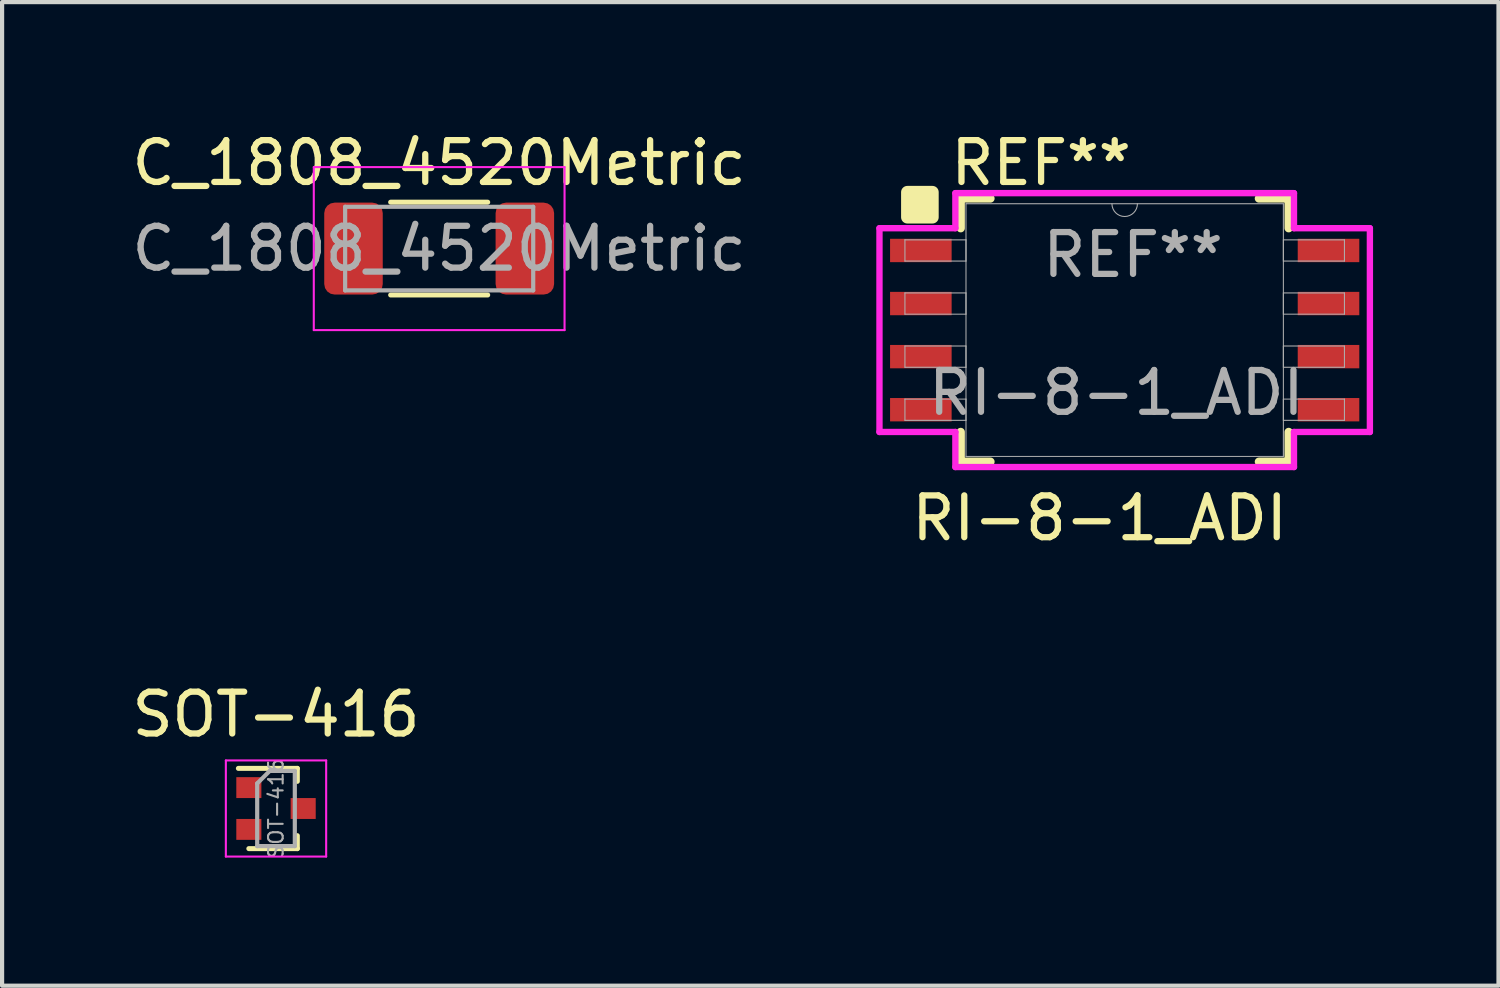
<source format=kicad_pcb>
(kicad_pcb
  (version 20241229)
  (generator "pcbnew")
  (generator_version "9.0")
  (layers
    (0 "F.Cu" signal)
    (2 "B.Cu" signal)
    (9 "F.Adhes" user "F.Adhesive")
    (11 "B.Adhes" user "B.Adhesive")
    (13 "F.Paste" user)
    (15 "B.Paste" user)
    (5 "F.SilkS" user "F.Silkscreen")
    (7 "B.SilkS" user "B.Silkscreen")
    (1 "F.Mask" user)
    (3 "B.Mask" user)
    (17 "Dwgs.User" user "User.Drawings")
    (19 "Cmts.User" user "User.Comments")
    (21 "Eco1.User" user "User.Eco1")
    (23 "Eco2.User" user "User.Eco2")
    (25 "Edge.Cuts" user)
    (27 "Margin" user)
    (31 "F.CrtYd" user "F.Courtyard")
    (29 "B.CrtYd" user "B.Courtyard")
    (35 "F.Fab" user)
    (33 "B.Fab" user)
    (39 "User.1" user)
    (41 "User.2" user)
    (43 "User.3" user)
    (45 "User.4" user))
  (footprint "RI-8-1_ADI"
    (layer "F.Cu")
    (at 23.86 4.848)
    (property "Reference" "RI-8-1_ADI" (at -0.6 4.5 0) (unlocked yes) (layer "F.SilkS") (effects (font (size 1 1) (thickness 0.15))))
    (attr smd)
    (fp_line (start -3.924 -3.15) (end -3.924 -2.438) (stroke (width 0.2) (type solid)) (layer "F.SilkS"))
    (fp_line (start -3.924 -3.15) (end -3.212 -3.15) (stroke (width 0.2) (type solid)) (layer "F.SilkS"))
    (fp_line (start -3.924 3.15) (end -3.924 2.438) (stroke (width 0.2) (type solid)) (layer "F.SilkS"))
    (fp_line (start -3.924 3.15) (end -3.212 3.15) (stroke (width 0.2) (type solid)) (layer "F.SilkS"))
    (fp_line (start 3.924 -3.15) (end 3.212 -3.15) (stroke (width 0.2) (type solid)) (layer "F.SilkS"))
    (fp_line (start 3.924 -3.15) (end 3.924 -2.438) (stroke (width 0.2) (type solid)) (layer "F.SilkS"))
    (fp_line (start 3.924 3.15) (end 3.212 3.15) (stroke (width 0.2) (type solid)) (layer "F.SilkS"))
    (fp_line (start 3.924 3.15) (end 3.924 2.438) (stroke (width 0.2) (type solid)) (layer "F.SilkS"))
    (fp_rect (start -5.2 -3.3) (end -4.6 -2.7) (stroke (width 0.3) (type solid)) (fill yes) (layer "F.SilkS"))
    (fp_line (start -5.867 -2.438) (end -4.051 -2.438) (stroke (width 0.152) (type solid)) (layer "F.CrtYd"))
    (fp_line (start -5.867 2.438) (end -5.867 -2.438) (stroke (width 0.152) (type solid)) (layer "F.CrtYd"))
    (fp_line (start -5.867 2.438) (end -4.051 2.438) (stroke (width 0.152) (type solid)) (layer "F.CrtYd"))
    (fp_line (start -4.051 -3.277) (end 4.051 -3.277) (stroke (width 0.152) (type solid)) (layer "F.CrtYd"))
    (fp_line (start -4.051 -2.438) (end -4.051 -3.277) (stroke (width 0.152) (type solid)) (layer "F.CrtYd"))
    (fp_line (start -4.051 3.277) (end -4.051 2.438) (stroke (width 0.152) (type solid)) (layer "F.CrtYd"))
    (fp_line (start 4.051 -3.277) (end 4.051 -2.438) (stroke (width 0.152) (type solid)) (layer "F.CrtYd"))
    (fp_line (start 4.051 2.438) (end 4.051 3.277) (stroke (width 0.152) (type solid)) (layer "F.CrtYd"))
    (fp_line (start 4.051 3.277) (end -4.051 3.277) (stroke (width 0.152) (type solid)) (layer "F.CrtYd"))
    (fp_line (start 5.867 -2.438) (end 4.051 -2.438) (stroke (width 0.152) (type solid)) (layer "F.CrtYd"))
    (fp_line (start 5.867 -2.438) (end 5.867 2.438) (stroke (width 0.152) (type solid)) (layer "F.CrtYd"))
    (fp_line (start 5.867 2.438) (end 4.051 2.438) (stroke (width 0.152) (type solid)) (layer "F.CrtYd"))
    (fp_line (start -5.258 -2.159) (end -5.258 -1.651) (stroke (width 0.025) (type solid)) (layer "F.Fab"))
    (fp_line (start -5.258 -1.651) (end -3.797 -1.651) (stroke (width 0.025) (type solid)) (layer "F.Fab"))
    (fp_line (start -5.258 -0.889) (end -5.258 -0.381) (stroke (width 0.025) (type solid)) (layer "F.Fab"))
    (fp_line (start -5.258 -0.381) (end -3.797 -0.381) (stroke (width 0.025) (type solid)) (layer "F.Fab"))
    (fp_line (start -5.258 0.381) (end -5.258 0.889) (stroke (width 0.025) (type solid)) (layer "F.Fab"))
    (fp_line (start -5.258 0.889) (end -3.797 0.889) (stroke (width 0.025) (type solid)) (layer "F.Fab"))
    (fp_line (start -5.258 1.651) (end -5.258 2.159) (stroke (width 0.025) (type solid)) (layer "F.Fab"))
    (fp_line (start -5.258 2.159) (end -3.797 2.159) (stroke (width 0.025) (type solid)) (layer "F.Fab"))
    (fp_line (start -3.797 -3.023) (end -3.797 3.023) (stroke (width 0.025) (type solid)) (layer "F.Fab"))
    (fp_line (start -3.797 -2.159) (end -5.258 -2.159) (stroke (width 0.025) (type solid)) (layer "F.Fab"))
    (fp_line (start -3.797 -1.651) (end -3.797 -2.159) (stroke (width 0.025) (type solid)) (layer "F.Fab"))
    (fp_line (start -3.797 -0.889) (end -5.258 -0.889) (stroke (width 0.025) (type solid)) (layer "F.Fab"))
    (fp_line (start -3.797 -0.381) (end -3.797 -0.889) (stroke (width 0.025) (type solid)) (layer "F.Fab"))
    (fp_line (start -3.797 0.381) (end -5.258 0.381) (stroke (width 0.025) (type solid)) (layer "F.Fab"))
    (fp_line (start -3.797 0.889) (end -3.797 0.381) (stroke (width 0.025) (type solid)) (layer "F.Fab"))
    (fp_line (start -3.797 1.651) (end -5.258 1.651) (stroke (width 0.025) (type solid)) (layer "F.Fab"))
    (fp_line (start -3.797 2.159) (end -3.797 1.651) (stroke (width 0.025) (type solid)) (layer "F.Fab"))
    (fp_line (start -3.797 3.023) (end 3.797 3.023) (stroke (width 0.025) (type solid)) (layer "F.Fab"))
    (fp_line (start 3.797 -3.023) (end -3.797 -3.023) (stroke (width 0.025) (type solid)) (layer "F.Fab"))
    (fp_line (start 3.797 -2.159) (end 3.797 -1.651) (stroke (width 0.025) (type solid)) (layer "F.Fab"))
    (fp_line (start 3.797 -1.651) (end 5.258 -1.651) (stroke (width 0.025) (type solid)) (layer "F.Fab"))
    (fp_line (start 3.797 -0.889) (end 3.797 -0.381) (stroke (width 0.025) (type solid)) (layer "F.Fab"))
    (fp_line (start 3.797 -0.381) (end 5.258 -0.381) (stroke (width 0.025) (type solid)) (layer "F.Fab"))
    (fp_line (start 3.797 0.381) (end 3.797 0.889) (stroke (width 0.025) (type solid)) (layer "F.Fab"))
    (fp_line (start 3.797 0.889) (end 5.258 0.889) (stroke (width 0.025) (type solid)) (layer "F.Fab"))
    (fp_line (start 3.797 1.651) (end 3.797 2.159) (stroke (width 0.025) (type solid)) (layer "F.Fab"))
    (fp_line (start 3.797 2.159) (end 5.258 2.159) (stroke (width 0.025) (type solid)) (layer "F.Fab"))
    (fp_line (start 3.797 3.023) (end 3.797 -3.023) (stroke (width 0.025) (type solid)) (layer "F.Fab"))
    (fp_line (start 5.258 -2.159) (end 3.797 -2.159) (stroke (width 0.025) (type solid)) (layer "F.Fab"))
    (fp_line (start 5.258 -1.651) (end 5.258 -2.159) (stroke (width 0.025) (type solid)) (layer "F.Fab"))
    (fp_line (start 5.258 -0.889) (end 3.797 -0.889) (stroke (width 0.025) (type solid)) (layer "F.Fab"))
    (fp_line (start 5.258 -0.381) (end 5.258 -0.889) (stroke (width 0.025) (type solid)) (layer "F.Fab"))
    (fp_line (start 5.258 0.381) (end 3.797 0.381) (stroke (width 0.025) (type solid)) (layer "F.Fab"))
    (fp_line (start 5.258 0.889) (end 5.258 0.381) (stroke (width 0.025) (type solid)) (layer "F.Fab"))
    (fp_line (start 5.258 1.651) (end 3.797 1.651) (stroke (width 0.025) (type solid)) (layer "F.Fab"))
    (fp_line (start 5.258 2.159) (end 5.258 1.651) (stroke (width 0.025) (type solid)) (layer "F.Fab"))
    (fp_arc (start 0.3048 -3.0226) (mid 0 -2.7178) (end -0.3048 -3.0226) (stroke (width 0.0254) (type solid)) (layer "F.Fab"))
    (fp_text user "REF**" (at -2 -4 0) (layer "F.SilkS") (effects (font (size 1 1) (thickness 0.15))))
    (fp_text user "${REFERENCE}" (at -0.2 1.5 0) (unlocked yes) (layer "F.Fab") (effects (font (size 1 1) (thickness 0.15))))
    (fp_text user "REF**" (at 0.2 -1.8 0) (unlocked yes) (layer "F.Fab") (effects (font (size 1 1) (thickness 0.15))))
    (pad "1" smd rect (at -4.877 -1.905) (size 1.473 0.559) (layers "F.Cu" "F.Mask" "F.Paste"))
    (pad "2" smd rect (at -4.877 -0.635) (size 1.473 0.559) (layers "F.Cu" "F.Mask" "F.Paste"))
    (pad "3" smd rect (at -4.877 0.635) (size 1.473 0.559) (layers "F.Cu" "F.Mask" "F.Paste"))
    (pad "4" smd rect (at -4.877 1.905) (size 1.473 0.559) (layers "F.Cu" "F.Mask" "F.Paste"))
    (pad "5" smd rect (at 4.877 1.905) (size 1.473 0.559) (layers "F.Cu" "F.Mask" "F.Paste"))
    (pad "6" smd rect (at 4.877 0.635) (size 1.473 0.559) (layers "F.Cu" "F.Mask" "F.Paste"))
    (pad "7" smd rect (at 4.877 -0.635) (size 1.473 0.559) (layers "F.Cu" "F.Mask" "F.Paste"))
    (pad "8" smd rect (at 4.877 -1.905) (size 1.473 0.559) (layers "F.Cu" "F.Mask" "F.Paste")))
  (footprint "SOT-416"
    (layer "F.Cu")
    (at 3.554 16.295)
    (property "Reference" "SOT-416" (at 0 -2.25 0) (layer "F.SilkS") (effects (font (size 1 1) (thickness 0.15))))
    (attr smd)
    (fp_line (start 0.51 -0.96) (end -0.9 -0.96) (stroke (width 0.12) (type solid)) (layer "F.SilkS"))
    (fp_line (start 0.51 -0.96) (end 0.51 -0.65) (stroke (width 0.12) (type solid)) (layer "F.SilkS"))
    (fp_line (start 0.51 0.96) (end -0.65 0.96) (stroke (width 0.12) (type solid)) (layer "F.SilkS"))
    (fp_line (start 0.51 0.96) (end 0.51 0.65) (stroke (width 0.12) (type solid)) (layer "F.SilkS"))
    (fp_line (start -1.2 -1.15) (end 1.2 -1.15) (stroke (width 0.05) (type solid)) (layer "F.CrtYd"))
    (fp_line (start -1.2 1.15) (end -1.2 -1.15) (stroke (width 0.05) (type solid)) (layer "F.CrtYd"))
    (fp_line (start 1.2 -1.15) (end 1.2 1.15) (stroke (width 0.05) (type solid)) (layer "F.CrtYd"))
    (fp_line (start 1.2 1.15) (end -1.2 1.15) (stroke (width 0.05) (type solid)) (layer "F.CrtYd"))
    (fp_line (start -0.45 -0.6) (end -0.45 0.9) (stroke (width 0.1) (type solid)) (layer "F.Fab"))
    (fp_line (start -0.45 0.9) (end 0.45 0.9) (stroke (width 0.1) (type solid)) (layer "F.Fab"))
    (fp_line (start -0.15 -0.9) (end -0.45 -0.6) (stroke (width 0.1) (type solid)) (layer "F.Fab"))
    (fp_line (start -0.15 -0.9) (end 0.45 -0.9) (stroke (width 0.1) (type solid)) (layer "F.Fab"))
    (fp_line (start 0.45 -0.9) (end 0.45 0.9) (stroke (width 0.1) (type solid)) (layer "F.Fab"))
    (fp_text user "${REFERENCE}" (at 0 0 90) (layer "F.Fab") (effects (font (size 0.35 0.35) (thickness 0.05))))
    (pad "1" smd rect (at -0.65 -0.5) (size 0.6 0.5) (layers "F.Cu" "F.Mask" "F.Paste"))
    (pad "2" smd rect (at -0.65 0.5) (size 0.6 0.5) (layers "F.Cu" "F.Mask" "F.Paste"))
    (pad "3" smd rect (at 0.65 0) (size 0.6 0.5) (layers "F.Cu" "F.Mask" "F.Paste")))
  (footprint "C_1808_4520Metric"
    (layer "F.Cu")
    (at 7.458 2.898)
    (property "Reference" "C_1808_4520Metric" (at 0 -2.05 0) (layer "F.SilkS") (effects (font (size 1 1) (thickness 0.15))))
    (attr smd)
    (fp_line (start -1.161 -1.11) (end 1.161 -1.11) (stroke (width 0.12) (type solid)) (layer "F.SilkS"))
    (fp_line (start -1.161 1.11) (end 1.161 1.11) (stroke (width 0.12) (type solid)) (layer "F.SilkS"))
    (fp_line (start -3 -1.95) (end 3 -1.95) (stroke (width 0.05) (type solid)) (layer "F.CrtYd"))
    (fp_line (start -3 1.95) (end -3 -1.95) (stroke (width 0.05) (type solid)) (layer "F.CrtYd"))
    (fp_line (start 3 -1.95) (end 3 1.95) (stroke (width 0.05) (type solid)) (layer "F.CrtYd"))
    (fp_line (start 3 1.95) (end -3 1.95) (stroke (width 0.05) (type solid)) (layer "F.CrtYd"))
    (fp_line (start -2.25 -1) (end 2.25 -1) (stroke (width 0.1) (type solid)) (layer "F.Fab"))
    (fp_line (start -2.25 1) (end -2.25 -1) (stroke (width 0.1) (type solid)) (layer "F.Fab"))
    (fp_line (start 2.25 -1) (end 2.25 1) (stroke (width 0.1) (type solid)) (layer "F.Fab"))
    (fp_line (start 2.25 1) (end -2.25 1) (stroke (width 0.1) (type solid)) (layer "F.Fab"))
    (fp_text user "${REFERENCE}" (at 0 0 0) (layer "F.Fab") (effects (font (size 1 1) (thickness 0.15))))
    (pad "1" smd roundrect (at -2.05 0) (size 1.4 2.2) (layers "F.Cu" "F.Mask" "F.Paste") (roundrect_rratio 0.179))
    (pad "2" smd roundrect (at 2.05 0) (size 1.4 2.2) (layers "F.Cu" "F.Mask" "F.Paste") (roundrect_rratio 0.179)))
  (gr_rect
    (start -3 -3)
    (end 32.804 20.535)
    (stroke (width 0.1) (type default))
    (fill no)
    (layer "Edge.Cuts")))
</source>
